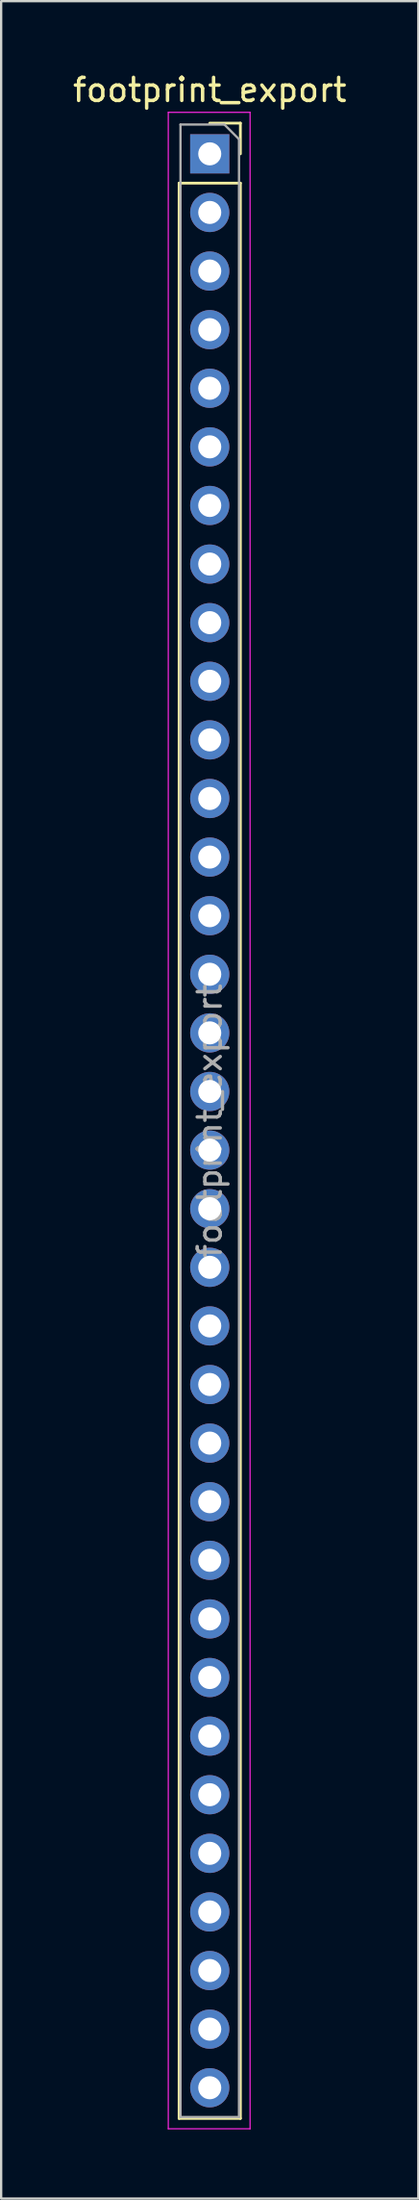
<source format=kicad_pcb>
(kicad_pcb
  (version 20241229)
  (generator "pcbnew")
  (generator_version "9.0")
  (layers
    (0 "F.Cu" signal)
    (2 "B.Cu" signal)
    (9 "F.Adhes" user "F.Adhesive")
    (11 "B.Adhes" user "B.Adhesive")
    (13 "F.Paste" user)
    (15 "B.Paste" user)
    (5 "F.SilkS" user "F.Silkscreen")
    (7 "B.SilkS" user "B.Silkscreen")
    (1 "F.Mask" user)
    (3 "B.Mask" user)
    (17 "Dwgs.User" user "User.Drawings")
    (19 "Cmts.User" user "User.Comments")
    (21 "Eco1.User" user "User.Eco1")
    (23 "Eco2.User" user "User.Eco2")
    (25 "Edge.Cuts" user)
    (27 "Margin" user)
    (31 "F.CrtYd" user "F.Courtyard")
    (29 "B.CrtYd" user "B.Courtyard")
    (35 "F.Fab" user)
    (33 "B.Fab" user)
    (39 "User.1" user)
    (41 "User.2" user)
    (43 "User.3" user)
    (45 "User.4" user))
  (footprint "footprint_export"
    (layer "F.Cu")
    (at 6.054 3.618)
    (property "Reference" "footprint_export" (at 0 -2.77 0) (layer "F.SilkS") (effects (font (size 1 1) (thickness 0.15))))
    (attr through_hole)
    (fp_line (start -1.33 1.27) (end -1.33 85.15) (stroke (width 0.12) (type solid)) (layer "F.SilkS"))
    (fp_line (start -1.33 1.27) (end 1.33 1.27) (stroke (width 0.12) (type solid)) (layer "F.SilkS"))
    (fp_line (start -1.33 85.15) (end 1.33 85.15) (stroke (width 0.12) (type solid)) (layer "F.SilkS"))
    (fp_line (start 0 -1.33) (end 1.33 -1.33) (stroke (width 0.12) (type solid)) (layer "F.SilkS"))
    (fp_line (start 1.33 -1.33) (end 1.33 0) (stroke (width 0.12) (type solid)) (layer "F.SilkS"))
    (fp_line (start 1.33 1.27) (end 1.33 85.15) (stroke (width 0.12) (type solid)) (layer "F.SilkS"))
    (fp_line (start -1.8 -1.8) (end 1.75 -1.8) (stroke (width 0.05) (type solid)) (layer "F.CrtYd"))
    (fp_line (start -1.8 85.6) (end -1.8 -1.8) (stroke (width 0.05) (type solid)) (layer "F.CrtYd"))
    (fp_line (start 1.75 -1.8) (end 1.75 85.6) (stroke (width 0.05) (type solid)) (layer "F.CrtYd"))
    (fp_line (start 1.75 85.6) (end -1.8 85.6) (stroke (width 0.05) (type solid)) (layer "F.CrtYd"))
    (fp_line (start -1.27 -1.27) (end 0.635 -1.27) (stroke (width 0.1) (type solid)) (layer "F.Fab"))
    (fp_line (start -1.27 85.09) (end -1.27 -1.27) (stroke (width 0.1) (type solid)) (layer "F.Fab"))
    (fp_line (start 0.635 -1.27) (end 1.27 -0.635) (stroke (width 0.1) (type solid)) (layer "F.Fab"))
    (fp_line (start 1.27 -0.635) (end 1.27 85.09) (stroke (width 0.1) (type solid)) (layer "F.Fab"))
    (fp_line (start 1.27 85.09) (end -1.27 85.09) (stroke (width 0.1) (type solid)) (layer "F.Fab"))
    (fp_text user "${REFERENCE}" (at 0 41.91 90) (layer "F.Fab") (effects (font (size 1 1) (thickness 0.15))))
    (pad "1" thru_hole rect (at 0 0) (size 1.7 1.7) (drill 1) (layers "*.Cu" "*.Mask"))
    (pad "2" thru_hole oval (at 0 2.54) (size 1.7 1.7) (drill 1) (layers "*.Cu" "*.Mask"))
    (pad "3" thru_hole oval (at 0 5.08) (size 1.7 1.7) (drill 1) (layers "*.Cu" "*.Mask"))
    (pad "4" thru_hole oval (at 0 7.62) (size 1.7 1.7) (drill 1) (layers "*.Cu" "*.Mask"))
    (pad "5" thru_hole oval (at 0 10.16) (size 1.7 1.7) (drill 1) (layers "*.Cu" "*.Mask"))
    (pad "6" thru_hole oval (at 0 12.7) (size 1.7 1.7) (drill 1) (layers "*.Cu" "*.Mask"))
    (pad "7" thru_hole oval (at 0 15.24) (size 1.7 1.7) (drill 1) (layers "*.Cu" "*.Mask"))
    (pad "8" thru_hole oval (at 0 17.78) (size 1.7 1.7) (drill 1) (layers "*.Cu" "*.Mask"))
    (pad "9" thru_hole oval (at 0 20.32) (size 1.7 1.7) (drill 1) (layers "*.Cu" "*.Mask"))
    (pad "10" thru_hole oval (at 0 22.86) (size 1.7 1.7) (drill 1) (layers "*.Cu" "*.Mask"))
    (pad "11" thru_hole oval (at 0 25.4) (size 1.7 1.7) (drill 1) (layers "*.Cu" "*.Mask"))
    (pad "12" thru_hole oval (at 0 27.94) (size 1.7 1.7) (drill 1) (layers "*.Cu" "*.Mask"))
    (pad "13" thru_hole oval (at 0 30.48) (size 1.7 1.7) (drill 1) (layers "*.Cu" "*.Mask"))
    (pad "14" thru_hole oval (at 0 33.02) (size 1.7 1.7) (drill 1) (layers "*.Cu" "*.Mask"))
    (pad "15" thru_hole oval (at 0 35.56) (size 1.7 1.7) (drill 1) (layers "*.Cu" "*.Mask"))
    (pad "16" thru_hole oval (at 0 38.1) (size 1.7 1.7) (drill 1) (layers "*.Cu" "*.Mask"))
    (pad "17" thru_hole oval (at 0 40.64) (size 1.7 1.7) (drill 1) (layers "*.Cu" "*.Mask"))
    (pad "18" thru_hole oval (at 0 43.18) (size 1.7 1.7) (drill 1) (layers "*.Cu" "*.Mask"))
    (pad "19" thru_hole oval (at 0 45.72) (size 1.7 1.7) (drill 1) (layers "*.Cu" "*.Mask"))
    (pad "20" thru_hole oval (at 0 48.26) (size 1.7 1.7) (drill 1) (layers "*.Cu" "*.Mask"))
    (pad "21" thru_hole oval (at 0 50.8) (size 1.7 1.7) (drill 1) (layers "*.Cu" "*.Mask"))
    (pad "22" thru_hole oval (at 0 53.34) (size 1.7 1.7) (drill 1) (layers "*.Cu" "*.Mask"))
    (pad "23" thru_hole oval (at 0 55.88) (size 1.7 1.7) (drill 1) (layers "*.Cu" "*.Mask"))
    (pad "24" thru_hole oval (at 0 58.42) (size 1.7 1.7) (drill 1) (layers "*.Cu" "*.Mask"))
    (pad "25" thru_hole oval (at 0 60.96) (size 1.7 1.7) (drill 1) (layers "*.Cu" "*.Mask"))
    (pad "26" thru_hole oval (at 0 63.5) (size 1.7 1.7) (drill 1) (layers "*.Cu" "*.Mask"))
    (pad "27" thru_hole oval (at 0 66.04) (size 1.7 1.7) (drill 1) (layers "*.Cu" "*.Mask"))
    (pad "28" thru_hole oval (at 0 68.58) (size 1.7 1.7) (drill 1) (layers "*.Cu" "*.Mask"))
    (pad "29" thru_hole oval (at 0 71.12) (size 1.7 1.7) (drill 1) (layers "*.Cu" "*.Mask"))
    (pad "30" thru_hole oval (at 0 73.66) (size 1.7 1.7) (drill 1) (layers "*.Cu" "*.Mask"))
    (pad "31" thru_hole oval (at 0 76.2) (size 1.7 1.7) (drill 1) (layers "*.Cu" "*.Mask"))
    (pad "32" thru_hole oval (at 0 78.74) (size 1.7 1.7) (drill 1) (layers "*.Cu" "*.Mask"))
    (pad "33" thru_hole oval (at 0 81.28) (size 1.7 1.7) (drill 1) (layers "*.Cu" "*.Mask"))
    (pad "34" thru_hole oval (at 0 83.82) (size 1.7 1.7) (drill 1) (layers "*.Cu" "*.Mask")))
  (gr_rect
    (start -3 -3)
    (end 15.107 92.243)
    (stroke (width 0.1) (type default))
    (fill no)
    (layer "Edge.Cuts")))
</source>
